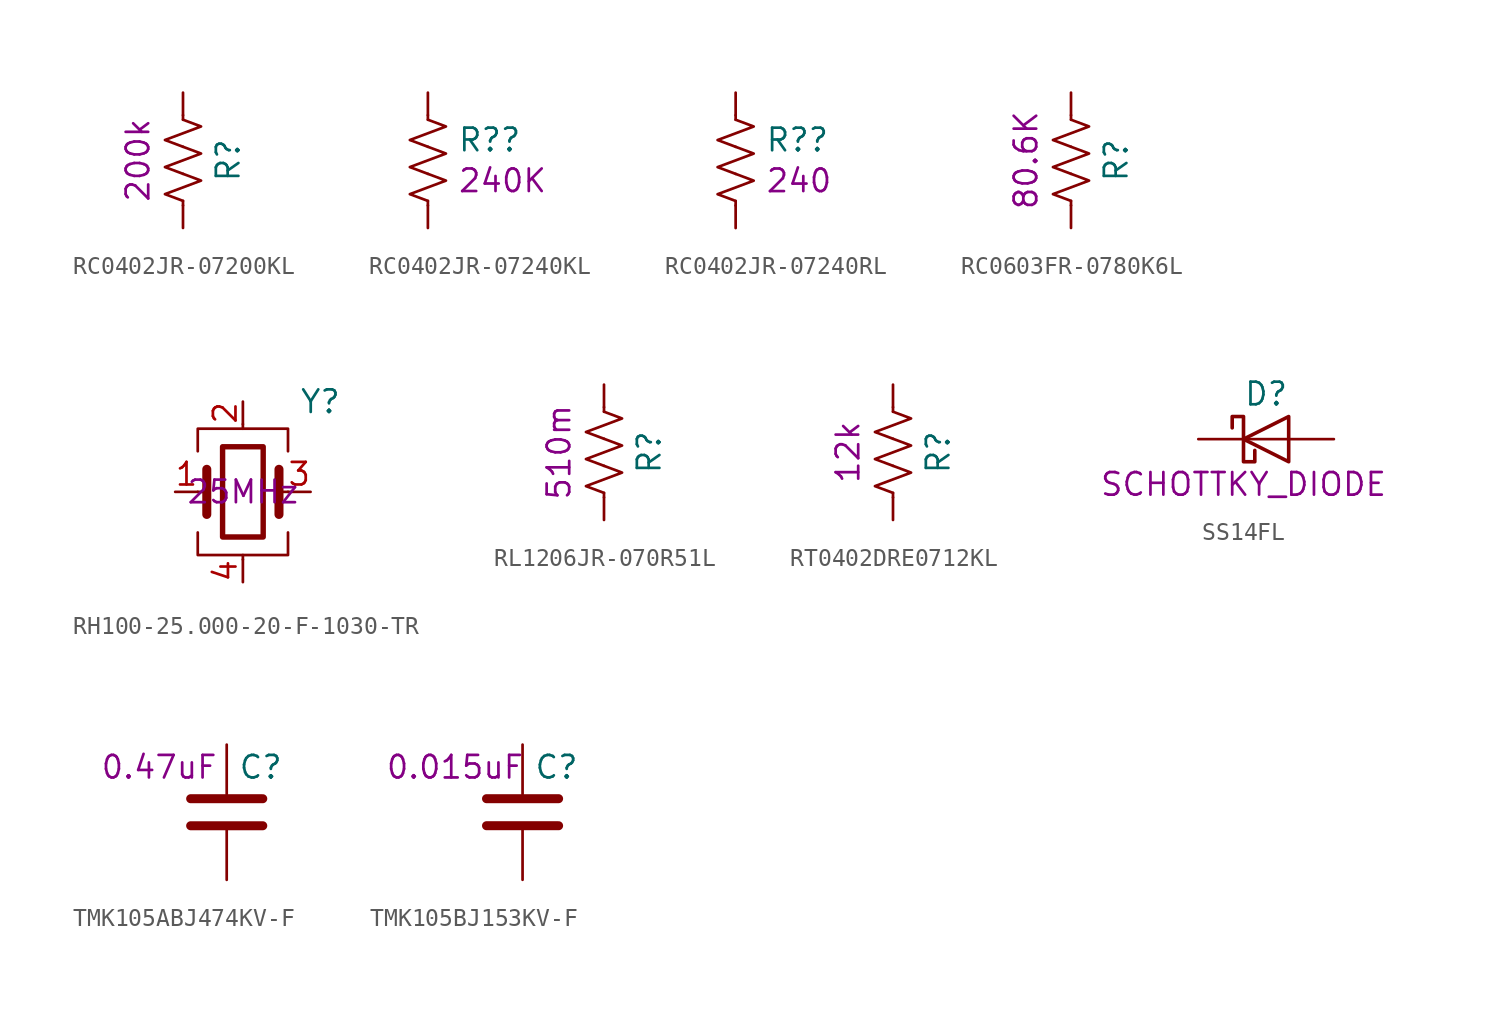
<source format=kicad_sym>
(kicad_symbol_lib
  (version 20201005)
  (generator kicad_symbol_editor)
  (symbol "mte_usb_hub:RC0402JR-07200KL"
    (pin_numbers hide)
    (pin_names
      (offset 0))
    (property "Reference" "R"
      (at 2.54 0 90)
      (effects (font (size 1.27 1.27))))
    (property "id" "200k"
      (at -2.54 0 90)
      (effects (font (size 1.27 1.27))))
    (symbol "RC0402JR-07200KL_0_1"
      (polyline (pts (xy 0 -2.286) (xy 0 -2.54)) (stroke (width 0)) (fill (type none)))
      (polyline (pts (xy 0 2.286) (xy 0 2.54)) (stroke (width 0)) (fill (type none)))
      (polyline (pts (xy 0 -0.762) (xy 1.016 -1.143) (xy 0 -1.524) (xy -1.016 -1.905) (xy 0 -2.286)) (stroke (width 0)) (fill (type none)))
      (polyline (pts (xy 0 0.762) (xy 1.016 0.381) (xy 0 0) (xy -1.016 -0.381) (xy 0 -0.762)) (stroke (width 0)) (fill (type none)))
      (polyline (pts (xy 0 2.286) (xy 1.016 1.905) (xy 0 1.524) (xy -1.016 1.143) (xy 0 0.762)) (stroke (width 0)) (fill (type none))))
    (symbol "RC0402JR-07200KL_1_1"
      (pin passive line (at 0 3.81 270) (length 1.27) (name "~" (effects (font (size 1.27 1.27)))) (number "1" (effects (font (size 1.27 1.27)))))
      (pin passive line (at 0 -3.81 90) (length 1.27) (name "~" (effects (font (size 1.27 1.27)))) (number "2" (effects (font (size 1.27 1.27)))))))
  (symbol "mte_usb_hub:RC0402JR-07240KL"
    (pin_numbers hide)
    (pin_names
      (offset 0))
    (property "Reference" "R?"
      (at 1.651 1.149 0)
      (effects (font (size 1.27 1.27)) (justify left)))
    (property "id" "240K"
      (at 1.651 -1.149 0)
      (effects (font (size 1.27 1.27)) (justify left)))
    (symbol "RC0402JR-07240KL_0_1"
      (polyline (pts (xy 0 -2.286) (xy 0 -2.54)) (stroke (width 0)) (fill (type none)))
      (polyline (pts (xy 0 2.286) (xy 0 2.54)) (stroke (width 0)) (fill (type none)))
      (polyline (pts (xy 0 -0.762) (xy 1.016 -1.143) (xy 0 -1.524) (xy -1.016 -1.905) (xy 0 -2.286)) (stroke (width 0)) (fill (type none)))
      (polyline (pts (xy 0 0.762) (xy 1.016 0.381) (xy 0 0) (xy -1.016 -0.381) (xy 0 -0.762)) (stroke (width 0)) (fill (type none)))
      (polyline (pts (xy 0 2.286) (xy 1.016 1.905) (xy 0 1.524) (xy -1.016 1.143) (xy 0 0.762)) (stroke (width 0)) (fill (type none))))
    (symbol "RC0402JR-07240KL_1_1"
      (pin passive line (at 0 3.81 270) (length 1.27) (name "~" (effects (font (size 1.27 1.27)))) (number "1" (effects (font (size 1.27 1.27)))))
      (pin passive line (at 0 -3.81 90) (length 1.27) (name "~" (effects (font (size 1.27 1.27)))) (number "2" (effects (font (size 1.27 1.27)))))))
  (symbol "mte_usb_hub:RC0402JR-07240RL"
    (pin_numbers hide)
    (pin_names
      (offset 0))
    (property "Reference" "R?"
      (at 1.651 1.149 0)
      (effects (font (size 1.27 1.27)) (justify left)))
    (property "id" "240"
      (at 1.651 -1.149 0)
      (effects (font (size 1.27 1.27)) (justify left)))
    (symbol "RC0402JR-07240RL_0_1"
      (polyline (pts (xy 0 -2.286) (xy 0 -2.54)) (stroke (width 0)) (fill (type none)))
      (polyline (pts (xy 0 2.286) (xy 0 2.54)) (stroke (width 0)) (fill (type none)))
      (polyline (pts (xy 0 -0.762) (xy 1.016 -1.143) (xy 0 -1.524) (xy -1.016 -1.905) (xy 0 -2.286)) (stroke (width 0)) (fill (type none)))
      (polyline (pts (xy 0 0.762) (xy 1.016 0.381) (xy 0 0) (xy -1.016 -0.381) (xy 0 -0.762)) (stroke (width 0)) (fill (type none)))
      (polyline (pts (xy 0 2.286) (xy 1.016 1.905) (xy 0 1.524) (xy -1.016 1.143) (xy 0 0.762)) (stroke (width 0)) (fill (type none))))
    (symbol "RC0402JR-07240RL_1_1"
      (pin passive line (at 0 3.81 270) (length 1.27) (name "~" (effects (font (size 1.27 1.27)))) (number "1" (effects (font (size 1.27 1.27)))))
      (pin passive line (at 0 -3.81 90) (length 1.27) (name "~" (effects (font (size 1.27 1.27)))) (number "2" (effects (font (size 1.27 1.27)))))))
  (symbol "mte_usb_hub:RC0603FR-0780K6L"
    (pin_numbers hide)
    (pin_names
      (offset 0))
    (property "Reference" "R"
      (at 2.54 0 90)
      (effects (font (size 1.27 1.27))))
    (property "id" "80.6K"
      (at -2.54 0 90)
      (effects (font (size 1.27 1.27))))
    (symbol "RC0603FR-0780K6L_0_1"
      (polyline (pts (xy 0 -2.286) (xy 0 -2.54)) (stroke (width 0)) (fill (type none)))
      (polyline (pts (xy 0 2.286) (xy 0 2.54)) (stroke (width 0)) (fill (type none)))
      (polyline (pts (xy 0 -0.762) (xy 1.016 -1.143) (xy 0 -1.524) (xy -1.016 -1.905) (xy 0 -2.286)) (stroke (width 0)) (fill (type none)))
      (polyline (pts (xy 0 0.762) (xy 1.016 0.381) (xy 0 0) (xy -1.016 -0.381) (xy 0 -0.762)) (stroke (width 0)) (fill (type none)))
      (polyline (pts (xy 0 2.286) (xy 1.016 1.905) (xy 0 1.524) (xy -1.016 1.143) (xy 0 0.762)) (stroke (width 0)) (fill (type none))))
    (symbol "RC0603FR-0780K6L_1_1"
      (pin passive line (at 0 3.81 270) (length 1.27) (name "~" (effects (font (size 1.27 1.27)))) (number "1" (effects (font (size 1.27 1.27)))))
      (pin passive line (at 0 -3.81 90) (length 1.27) (name "~" (effects (font (size 1.27 1.27)))) (number "2" (effects (font (size 1.27 1.27)))))))
  (symbol "mte_usb_hub:RH100-25.000-20-F-1030-TR"
    (pin_names
      (offset 1.016) hide)
    (property "Reference" "Y"
      (at 3.175 5.08 0)
      (effects (font (size 1.27 1.27)) (justify left)))
    (property "id" "25MHz"
      (at 0 0 0)
      (effects (font (size 1.27 1.27))))
    (symbol "RH100-25.000-20-F-1030-TR_0_1"
      (rectangle (start -1.143 2.54) (end 1.143 -2.54) (stroke (width 0.305)) (fill (type none)))
      (polyline (pts (xy -2.54 0) (xy -2.032 0)) (stroke (width 0)) (fill (type none)))
      (polyline (pts (xy -2.032 -1.27) (xy -2.032 1.27)) (stroke (width 0.508)) (fill (type none)))
      (polyline (pts (xy 0 -3.81) (xy 0 -3.556)) (stroke (width 0)) (fill (type none)))
      (polyline (pts (xy 0 3.556) (xy 0 3.81)) (stroke (width 0)) (fill (type none)))
      (polyline (pts (xy 2.032 -1.27) (xy 2.032 1.27)) (stroke (width 0.508)) (fill (type none)))
      (polyline (pts (xy 2.032 0) (xy 2.54 0)) (stroke (width 0)) (fill (type none)))
      (polyline (pts (xy -2.54 -2.286) (xy -2.54 -3.556) (xy 2.54 -3.556) (xy 2.54 -2.286)) (stroke (width 0)) (fill (type none)))
      (polyline (pts (xy -2.54 2.286) (xy -2.54 3.556) (xy 2.54 3.556) (xy 2.54 2.286)) (stroke (width 0)) (fill (type none))))
    (symbol "RH100-25.000-20-F-1030-TR_1_1"
      (pin passive line (at -3.81 0 0) (length 1.27) (name "1" (effects (font (size 1.27 1.27)))) (number "1" (effects (font (size 1.27 1.27)))))
      (pin passive line (at 0 5.08 270) (length 1.27) (name "2" (effects (font (size 1.27 1.27)))) (number "2" (effects (font (size 1.27 1.27)))))
      (pin passive line (at 3.81 0 180) (length 1.27) (name "3" (effects (font (size 1.27 1.27)))) (number "3" (effects (font (size 1.27 1.27)))))
      (pin passive line (at 0 -5.08 90) (length 1.27) (name "4" (effects (font (size 1.27 1.27)))) (number "4" (effects (font (size 1.27 1.27)))))))
  (symbol "mte_usb_hub:RL1206JR-070R51L"
    (pin_numbers hide)
    (pin_names
      (offset 0))
    (property "Reference" "R"
      (at 2.54 0 90)
      (effects (font (size 1.27 1.27))))
    (property "id" "510m"
      (at -2.54 0 90)
      (effects (font (size 1.27 1.27))))
    (symbol "RL1206JR-070R51L_0_1"
      (polyline (pts (xy 0 -2.286) (xy 0 -2.54)) (stroke (width 0)) (fill (type none)))
      (polyline (pts (xy 0 2.286) (xy 0 2.54)) (stroke (width 0)) (fill (type none)))
      (polyline (pts (xy 0 -0.762) (xy 1.016 -1.143) (xy 0 -1.524) (xy -1.016 -1.905) (xy 0 -2.286)) (stroke (width 0)) (fill (type none)))
      (polyline (pts (xy 0 0.762) (xy 1.016 0.381) (xy 0 0) (xy -1.016 -0.381) (xy 0 -0.762)) (stroke (width 0)) (fill (type none)))
      (polyline (pts (xy 0 2.286) (xy 1.016 1.905) (xy 0 1.524) (xy -1.016 1.143) (xy 0 0.762)) (stroke (width 0)) (fill (type none))))
    (symbol "RL1206JR-070R51L_1_1"
      (pin passive line (at 0 3.81 270) (length 1.27) (name "~" (effects (font (size 1.27 1.27)))) (number "1" (effects (font (size 1.27 1.27)))))
      (pin passive line (at 0 -3.81 90) (length 1.27) (name "~" (effects (font (size 1.27 1.27)))) (number "2" (effects (font (size 1.27 1.27)))))))
  (symbol "mte_usb_hub:RT0402DRE0712KL"
    (pin_numbers hide)
    (pin_names
      (offset 0))
    (property "Reference" "R"
      (at 2.54 0 90)
      (effects (font (size 1.27 1.27))))
    (property "id" "12k"
      (at -2.54 0 90)
      (effects (font (size 1.27 1.27))))
    (symbol "RT0402DRE0712KL_0_1"
      (polyline (pts (xy 0 -2.286) (xy 0 -2.54)) (stroke (width 0)) (fill (type none)))
      (polyline (pts (xy 0 2.286) (xy 0 2.54)) (stroke (width 0)) (fill (type none)))
      (polyline (pts (xy 0 -0.762) (xy 1.016 -1.143) (xy 0 -1.524) (xy -1.016 -1.905) (xy 0 -2.286)) (stroke (width 0)) (fill (type none)))
      (polyline (pts (xy 0 0.762) (xy 1.016 0.381) (xy 0 0) (xy -1.016 -0.381) (xy 0 -0.762)) (stroke (width 0)) (fill (type none)))
      (polyline (pts (xy 0 2.286) (xy 1.016 1.905) (xy 0 1.524) (xy -1.016 1.143) (xy 0 0.762)) (stroke (width 0)) (fill (type none))))
    (symbol "RT0402DRE0712KL_1_1"
      (pin passive line (at 0 3.81 270) (length 1.27) (name "~" (effects (font (size 1.27 1.27)))) (number "1" (effects (font (size 1.27 1.27)))))
      (pin passive line (at 0 -3.81 90) (length 1.27) (name "~" (effects (font (size 1.27 1.27)))) (number "2" (effects (font (size 1.27 1.27)))))))
  (symbol "mte_usb_hub:SS14FL"
    (pin_numbers hide)
    (pin_names
      (offset 1.016) hide)
    (property "Reference" "D"
      (at 0 2.54 0)
      (effects (font (size 1.27 1.27))))
    (property "id" "SCHOTTKY_DIODE"
      (at -1.27 -2.54 0)
      (effects (font (size 1.27 1.27))))
    (symbol "SS14FL_0_1"
      (polyline (pts (xy 1.27 0) (xy -1.27 0)) (stroke (width 0)) (fill (type none)))
      (polyline (pts (xy 1.27 1.27) (xy 1.27 -1.27) (xy -1.27 0) (xy 1.27 1.27)) (stroke (width 0.203)) (fill (type none)))
      (polyline (pts (xy -1.905 0.635) (xy -1.905 1.27) (xy -1.27 1.27) (xy -1.27 -1.27) (xy -0.635 -1.27) (xy -0.635 -0.635)) (stroke (width 0.203)) (fill (type none))))
    (symbol "SS14FL_1_1"
      (pin passive line (at 3.81 0 180) (length 2.54) (name "A" (effects (font (size 1.27 1.27)))) (number "A" (effects (font (size 1.27 1.27)))))
      (pin passive line (at -3.81 0 0) (length 2.54) (name "C" (effects (font (size 1.27 1.27)))) (number "C" (effects (font (size 1.27 1.27)))))))
  (symbol "mte_usb_hub:TMK105ABJ474KV-F"
    (pin_numbers hide)
    (pin_names
      (offset 0.254))
    (property "Reference" "C"
      (at 0.635 2.54 0)
      (effects (font (size 1.27 1.27)) (justify left)))
    (property "id" "0.47uF"
      (at -3.81 2.54 0)
      (effects (font (size 1.27 1.27))))
    (symbol "TMK105ABJ474KV-F_0_1"
      (polyline (pts (xy -2.032 -0.762) (xy 2.032 -0.762)) (stroke (width 0.508)) (fill (type none)))
      (polyline (pts (xy -2.032 0.762) (xy 2.032 0.762)) (stroke (width 0.508)) (fill (type none))))
    (symbol "TMK105ABJ474KV-F_1_1"
      (pin passive line (at 0 3.81 270) (length 2.794) (name "~" (effects (font (size 1.27 1.27)))) (number "1" (effects (font (size 1.27 1.27)))))
      (pin passive line (at 0 -3.81 90) (length 2.794) (name "~" (effects (font (size 1.27 1.27)))) (number "2" (effects (font (size 1.27 1.27)))))))
  (symbol "mte_usb_hub:TMK105BJ153KV-F"
    (pin_numbers hide)
    (pin_names
      (offset 0.254))
    (property "Reference" "C"
      (at 0.635 2.54 0)
      (effects (font (size 1.27 1.27)) (justify left)))
    (property "id" "0.015uF"
      (at -3.81 2.54 0)
      (effects (font (size 1.27 1.27))))
    (symbol "TMK105BJ153KV-F_0_1"
      (polyline (pts (xy -2.032 -0.762) (xy 2.032 -0.762)) (stroke (width 0.508)) (fill (type none)))
      (polyline (pts (xy -2.032 0.762) (xy 2.032 0.762)) (stroke (width 0.508)) (fill (type none))))
    (symbol "TMK105BJ153KV-F_1_1"
      (pin passive line (at 0 3.81 270) (length 2.794) (name "~" (effects (font (size 1.27 1.27)))) (number "1" (effects (font (size 1.27 1.27)))))
      (pin passive line (at 0 -3.81 90) (length 2.794) (name "~" (effects (font (size 1.27 1.27)))) (number "2" (effects (font (size 1.27 1.27))))))))
</source>
